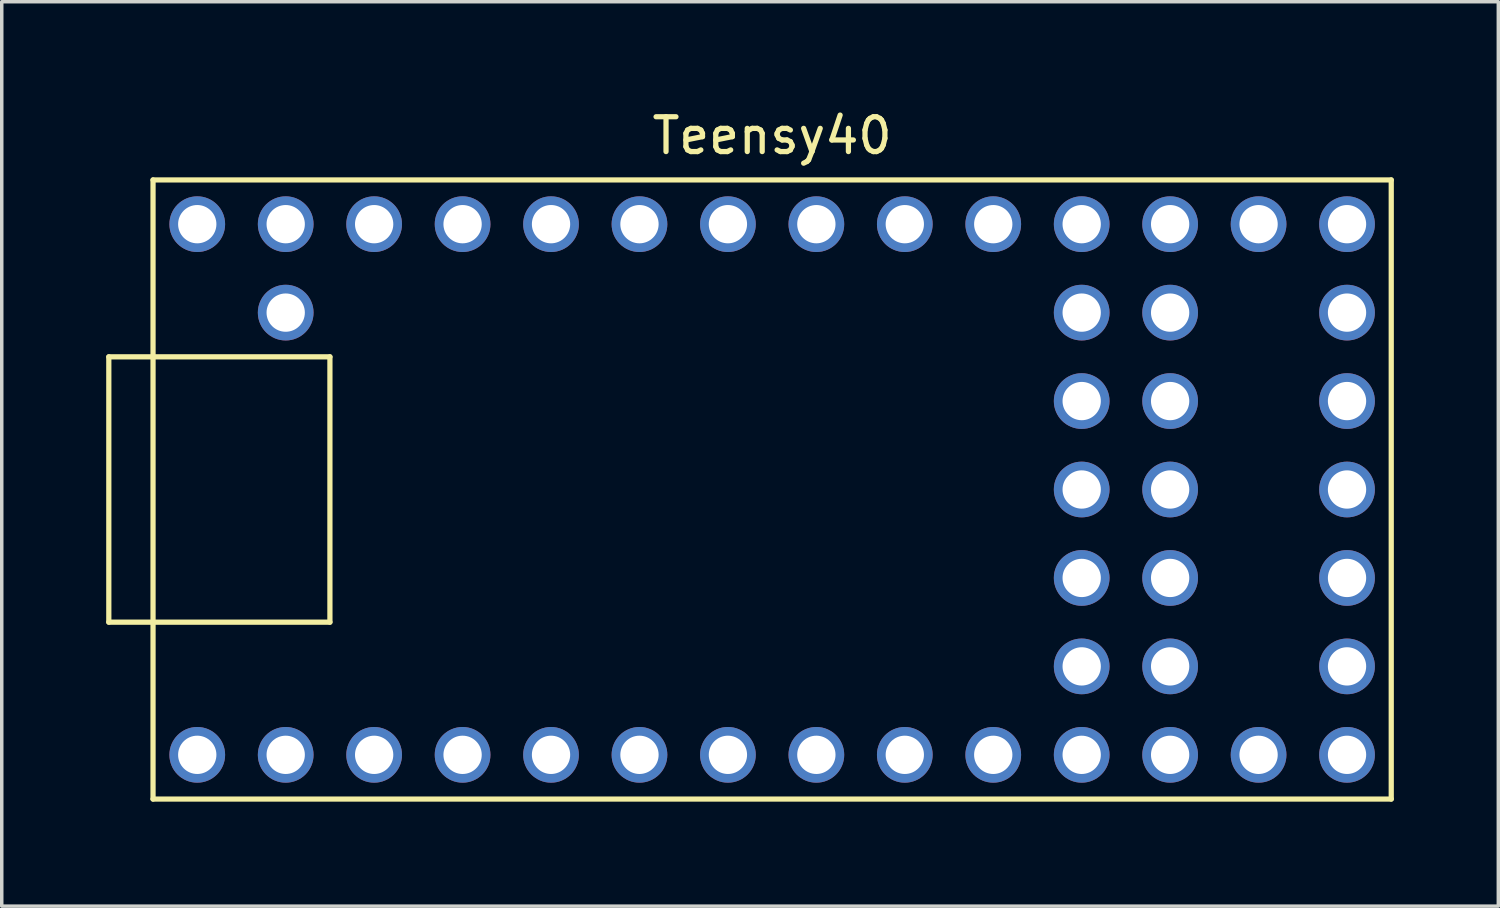
<source format=kicad_pcb>
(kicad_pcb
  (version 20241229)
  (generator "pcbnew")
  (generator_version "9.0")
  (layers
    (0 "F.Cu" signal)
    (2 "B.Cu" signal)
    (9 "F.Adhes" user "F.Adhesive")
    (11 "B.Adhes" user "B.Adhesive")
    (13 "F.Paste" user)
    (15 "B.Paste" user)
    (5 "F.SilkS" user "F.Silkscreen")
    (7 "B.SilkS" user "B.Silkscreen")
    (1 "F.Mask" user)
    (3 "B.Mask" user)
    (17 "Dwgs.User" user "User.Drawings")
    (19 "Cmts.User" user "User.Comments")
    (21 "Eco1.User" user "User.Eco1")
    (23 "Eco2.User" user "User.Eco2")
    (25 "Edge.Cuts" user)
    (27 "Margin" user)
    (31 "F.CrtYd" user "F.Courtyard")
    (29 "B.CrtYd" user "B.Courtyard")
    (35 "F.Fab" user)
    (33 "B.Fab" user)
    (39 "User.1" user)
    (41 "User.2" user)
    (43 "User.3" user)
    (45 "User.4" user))
  (footprint "Teensy40"
    (layer "F.Cu")
    (at 19.125 11.008)
    (property "Reference" "Teensy40" (at 0 -10.16 0) (layer "F.SilkS") (effects (font (size 1 1) (thickness 0.15))))
    (attr through_hole)
    (fp_line (start -19.05 -3.81) (end -17.78 -3.81) (stroke (width 0.15) (type solid)) (layer "F.SilkS"))
    (fp_line (start -19.05 3.81) (end -19.05 -3.81) (stroke (width 0.15) (type solid)) (layer "F.SilkS"))
    (fp_line (start -17.78 -8.89) (end 17.78 -8.89) (stroke (width 0.15) (type solid)) (layer "F.SilkS"))
    (fp_line (start -17.78 3.81) (end -19.05 3.81) (stroke (width 0.15) (type solid)) (layer "F.SilkS"))
    (fp_line (start -17.78 8.89) (end -17.78 -8.89) (stroke (width 0.15) (type solid)) (layer "F.SilkS"))
    (fp_line (start -12.7 -3.81) (end -17.78 -3.81) (stroke (width 0.15) (type solid)) (layer "F.SilkS"))
    (fp_line (start -12.7 3.81) (end -17.78 3.81) (stroke (width 0.15) (type solid)) (layer "F.SilkS"))
    (fp_line (start -12.7 3.81) (end -12.7 -3.81) (stroke (width 0.15) (type solid)) (layer "F.SilkS"))
    (fp_line (start 17.78 -8.89) (end 17.78 8.89) (stroke (width 0.15) (type solid)) (layer "F.SilkS"))
    (fp_line (start 17.78 8.89) (end -17.78 8.89) (stroke (width 0.15) (type solid)) (layer "F.SilkS"))
    (pad "1" thru_hole circle (at -16.51 7.62) (size 1.6 1.6) (drill 1.1) (layers "*.Cu" "*.Mask"))
    (pad "2" thru_hole circle (at -13.97 7.62) (size 1.6 1.6) (drill 1.1) (layers "*.Cu" "*.Mask"))
    (pad "3" thru_hole circle (at -11.43 7.62) (size 1.6 1.6) (drill 1.1) (layers "*.Cu" "*.Mask"))
    (pad "4" thru_hole circle (at -8.89 7.62) (size 1.6 1.6) (drill 1.1) (layers "*.Cu" "*.Mask"))
    (pad "5" thru_hole circle (at -6.35 7.62) (size 1.6 1.6) (drill 1.1) (layers "*.Cu" "*.Mask"))
    (pad "6" thru_hole circle (at -3.81 7.62) (size 1.6 1.6) (drill 1.1) (layers "*.Cu" "*.Mask"))
    (pad "7" thru_hole circle (at -1.27 7.62) (size 1.6 1.6) (drill 1.1) (layers "*.Cu" "*.Mask"))
    (pad "8" thru_hole circle (at 1.27 7.62) (size 1.6 1.6) (drill 1.1) (layers "*.Cu" "*.Mask"))
    (pad "9" thru_hole circle (at 3.81 7.62) (size 1.6 1.6) (drill 1.1) (layers "*.Cu" "*.Mask"))
    (pad "10" thru_hole circle (at 6.35 7.62) (size 1.6 1.6) (drill 1.1) (layers "*.Cu" "*.Mask"))
    (pad "11" thru_hole circle (at 8.89 7.62) (size 1.6 1.6) (drill 1.1) (layers "*.Cu" "*.Mask"))
    (pad "12" thru_hole circle (at 11.43 7.62) (size 1.6 1.6) (drill 1.1) (layers "*.Cu" "*.Mask"))
    (pad "13" thru_hole circle (at 13.97 7.62) (size 1.6 1.6) (drill 1.1) (layers "*.Cu" "*.Mask"))
    (pad "14" thru_hole circle (at 16.51 7.62) (size 1.6 1.6) (drill 1.1) (layers "*.Cu" "*.Mask"))
    (pad "15" thru_hole circle (at 16.51 5.08) (size 1.6 1.6) (drill 1.1) (layers "*.Cu" "*.Mask"))
    (pad "16" thru_hole circle (at 16.51 2.54) (size 1.6 1.6) (drill 1.1) (layers "*.Cu" "*.Mask"))
    (pad "17" thru_hole circle (at 16.51 0) (size 1.6 1.6) (drill 1.1) (layers "*.Cu" "*.Mask"))
    (pad "18" thru_hole circle (at 16.51 -2.54) (size 1.6 1.6) (drill 1.1) (layers "*.Cu" "*.Mask"))
    (pad "19" thru_hole circle (at 16.51 -5.08) (size 1.6 1.6) (drill 1.1) (layers "*.Cu" "*.Mask"))
    (pad "20" thru_hole circle (at 16.51 -7.62) (size 1.6 1.6) (drill 1.1) (layers "*.Cu" "*.Mask"))
    (pad "21" thru_hole circle (at 13.97 -7.62) (size 1.6 1.6) (drill 1.1) (layers "*.Cu" "*.Mask"))
    (pad "22" thru_hole circle (at 11.43 -7.62) (size 1.6 1.6) (drill 1.1) (layers "*.Cu" "*.Mask"))
    (pad "23" thru_hole circle (at 8.89 -7.62) (size 1.6 1.6) (drill 1.1) (layers "*.Cu" "*.Mask"))
    (pad "24" thru_hole circle (at 6.35 -7.62) (size 1.6 1.6) (drill 1.1) (layers "*.Cu" "*.Mask"))
    (pad "25" thru_hole circle (at 3.81 -7.62) (size 1.6 1.6) (drill 1.1) (layers "*.Cu" "*.Mask"))
    (pad "26" thru_hole circle (at 1.27 -7.62) (size 1.6 1.6) (drill 1.1) (layers "*.Cu" "*.Mask"))
    (pad "27" thru_hole circle (at -1.27 -7.62) (size 1.6 1.6) (drill 1.1) (layers "*.Cu" "*.Mask"))
    (pad "28" thru_hole circle (at -3.81 -7.62) (size 1.6 1.6) (drill 1.1) (layers "*.Cu" "*.Mask"))
    (pad "29" thru_hole circle (at -6.35 -7.62) (size 1.6 1.6) (drill 1.1) (layers "*.Cu" "*.Mask"))
    (pad "30" thru_hole circle (at -8.89 -7.62) (size 1.6 1.6) (drill 1.1) (layers "*.Cu" "*.Mask"))
    (pad "31" thru_hole circle (at -11.43 -7.62) (size 1.6 1.6) (drill 1.1) (layers "*.Cu" "*.Mask"))
    (pad "32" thru_hole circle (at -13.97 -7.62) (size 1.6 1.6) (drill 1.1) (layers "*.Cu" "*.Mask"))
    (pad "33" thru_hole circle (at -16.51 -7.62) (size 1.6 1.6) (drill 1.1) (layers "*.Cu" "*.Mask"))
    (pad "34" thru_hole circle (at -13.97 -5.08) (size 1.6 1.6) (drill 1.1) (layers "*.Cu" "*.Mask"))
    (pad "35" thru_hole circle (at 11.43 -5.08) (size 1.6 1.6) (drill 1.1) (layers "*.Cu" "*.Mask"))
    (pad "36" thru_hole circle (at 8.89 -5.08) (size 1.6 1.6) (drill 1.1) (layers "*.Cu" "*.Mask"))
    (pad "37" thru_hole circle (at 11.43 -2.54) (size 1.6 1.6) (drill 1.1) (layers "*.Cu" "*.Mask"))
    (pad "38" thru_hole circle (at 8.89 -2.54) (size 1.6 1.6) (drill 1.1) (layers "*.Cu" "*.Mask"))
    (pad "39" thru_hole circle (at 11.43 0) (size 1.6 1.6) (drill 1.1) (layers "*.Cu" "*.Mask"))
    (pad "40" thru_hole circle (at 8.89 0) (size 1.6 1.6) (drill 1.1) (layers "*.Cu" "*.Mask"))
    (pad "41" thru_hole circle (at 11.43 2.54) (size 1.6 1.6) (drill 1.1) (layers "*.Cu" "*.Mask"))
    (pad "42" thru_hole circle (at 8.89 2.54) (size 1.6 1.6) (drill 1.1) (layers "*.Cu" "*.Mask"))
    (pad "43" thru_hole circle (at 11.43 5.08) (size 1.6 1.6) (drill 1.1) (layers "*.Cu" "*.Mask"))
    (pad "44" thru_hole circle (at 8.89 5.08) (size 1.6 1.6) (drill 1.1) (layers "*.Cu" "*.Mask")))
  (gr_rect
    (start -3 -3)
    (end 39.98 22.973)
    (stroke (width 0.1) (type default))
    (fill no)
    (layer "Edge.Cuts")))
</source>
